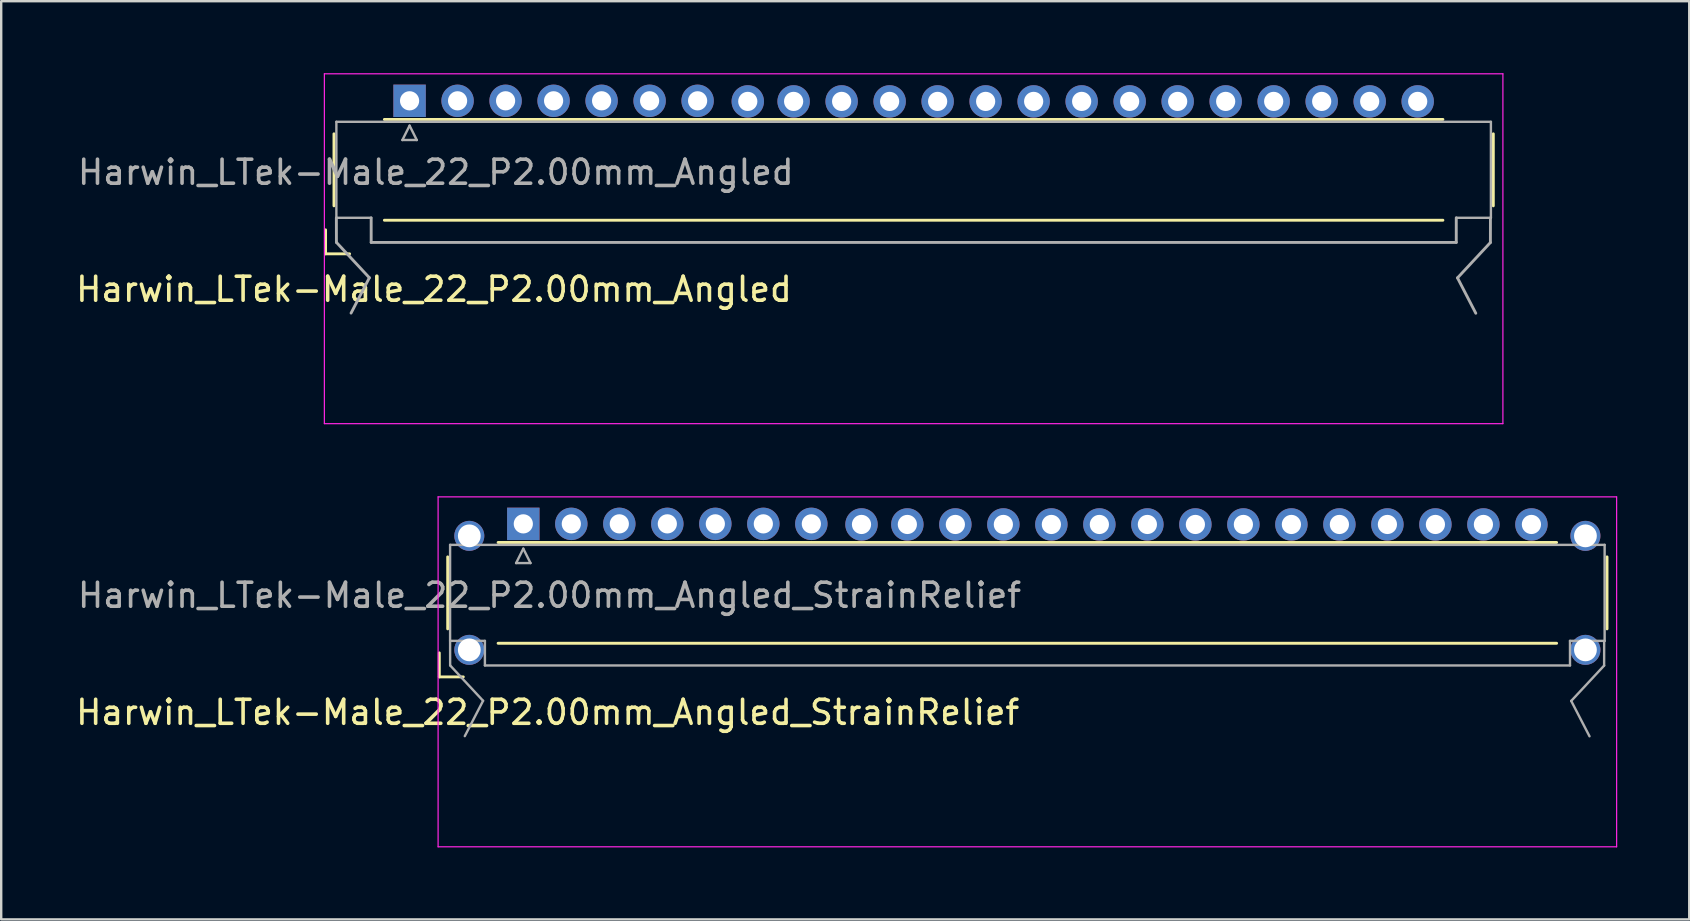
<source format=kicad_pcb>
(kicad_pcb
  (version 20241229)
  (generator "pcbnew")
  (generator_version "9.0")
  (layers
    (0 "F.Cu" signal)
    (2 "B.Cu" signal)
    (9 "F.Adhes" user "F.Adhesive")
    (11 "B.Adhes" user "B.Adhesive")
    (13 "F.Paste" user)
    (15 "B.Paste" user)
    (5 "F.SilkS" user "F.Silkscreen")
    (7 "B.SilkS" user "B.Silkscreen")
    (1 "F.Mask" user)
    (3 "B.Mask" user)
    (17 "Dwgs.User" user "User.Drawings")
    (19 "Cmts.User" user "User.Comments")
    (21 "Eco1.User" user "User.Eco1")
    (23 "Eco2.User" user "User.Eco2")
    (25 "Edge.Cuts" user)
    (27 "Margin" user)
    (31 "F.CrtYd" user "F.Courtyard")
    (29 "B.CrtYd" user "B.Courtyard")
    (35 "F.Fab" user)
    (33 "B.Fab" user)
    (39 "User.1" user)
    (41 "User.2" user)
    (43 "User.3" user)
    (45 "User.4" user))
  (footprint "Harwin_LTek-Male_22_P2.00mm_Angled_StrainRelief"
    (layer "F.Cu")
    (at 18.752 21.65)
    (property "Reference" "Harwin_LTek-Male_22_P2.00mm_Angled_StrainRelief" (at 1.016 4.978 180) (layer "F.SilkS") (effects (font (size 1 1) (thickness 0.15))))
    (attr through_hole)
    (fp_line (start -3.5 2.5) (end -3.5 3.5) (stroke (width 0.12) (type solid)) (layer "F.SilkS"))
    (fp_line (start -3.5 3.5) (end -2.5 3.5) (stroke (width 0.12) (type solid)) (layer "F.SilkS"))
    (fp_line (start -3.15 -1.5) (end -3.15 1.5) (stroke (width 0.12) (type solid)) (layer "F.SilkS"))
    (fp_line (start -1.05 -2.1) (end 43.05 -2.1) (stroke (width 0.12) (type solid)) (layer "F.SilkS"))
    (fp_line (start -1.05 2.1) (end 43.05 2.1) (stroke (width 0.12) (type solid)) (layer "F.SilkS"))
    (fp_line (start 45.15 -1.5) (end 45.15 1.5) (stroke (width 0.12) (type solid)) (layer "F.SilkS"))
    (fp_line (start -3.55 -4) (end -3.55 10.58) (stroke (width 0.05) (type solid)) (layer "F.CrtYd"))
    (fp_line (start -3.55 10.58) (end 45.55 10.58) (stroke (width 0.05) (type solid)) (layer "F.CrtYd"))
    (fp_line (start 45.55 -4) (end -3.55 -4) (stroke (width 0.05) (type solid)) (layer "F.CrtYd"))
    (fp_line (start 45.55 10.58) (end 45.55 -4) (stroke (width 0.05) (type solid)) (layer "F.CrtYd"))
    (fp_line (start -3.05 -2) (end -3.05 2) (stroke (width 0.1) (type solid)) (layer "F.Fab"))
    (fp_line (start -3.048 3.023) (end -3.05 2) (stroke (width 0.1) (type solid)) (layer "F.Fab"))
    (fp_line (start -3.043 2) (end -1.6 2) (stroke (width 0.1) (type solid)) (layer "F.Fab"))
    (fp_line (start -1.676 4.496) (end -3.048 3.023) (stroke (width 0.1) (type solid)) (layer "F.Fab"))
    (fp_line (start -1.676 4.496) (end -2.438 5.969) (stroke (width 0.1) (type solid)) (layer "F.Fab"))
    (fp_line (start -1.6 2) (end -1.6 3.023) (stroke (width 0.1) (type solid)) (layer "F.Fab"))
    (fp_line (start -1.6 3.025) (end 43.607 3.025) (stroke (width 0.1) (type solid)) (layer "F.Fab"))
    (fp_line (start -0.3 -1.241) (end 0.3 -1.241) (stroke (width 0.1) (type solid)) (layer "F.Fab"))
    (fp_line (start 0 -1.841) (end -0.3 -1.241) (stroke (width 0.1) (type solid)) (layer "F.Fab"))
    (fp_line (start 0.3 -1.241) (end 0 -1.841) (stroke (width 0.1) (type solid)) (layer "F.Fab"))
    (fp_line (start 43.607 2) (end 45.05 2) (stroke (width 0.1) (type solid)) (layer "F.Fab"))
    (fp_line (start 43.607 3.023) (end 43.607 2) (stroke (width 0.1) (type solid)) (layer "F.Fab"))
    (fp_line (start 43.658 4.502) (end 44.42 5.975) (stroke (width 0.1) (type solid)) (layer "F.Fab"))
    (fp_line (start 43.658 4.502) (end 45.029 3.029) (stroke (width 0.1) (type solid)) (layer "F.Fab"))
    (fp_line (start 45.029 3.029) (end 45.031 2.006) (stroke (width 0.1) (type solid)) (layer "F.Fab"))
    (fp_line (start 45.05 -2) (end -3.05 -2) (stroke (width 0.1) (type solid)) (layer "F.Fab"))
    (fp_line (start 45.05 2) (end 45.05 -2) (stroke (width 0.1) (type solid)) (layer "F.Fab"))
    (fp_text user "${REFERENCE}" (at 1.092 0.102 0) (layer "F.Fab") (effects (font (size 1 1) (thickness 0.15))))
    (pad "" thru_hole circle (at -2.25 -2.375) (size 1.25 1.25) (drill 0.95) (layers "*.Cu" "*.Mask"))
    (pad "" thru_hole circle (at -2.25 2.375) (size 1.25 1.25) (drill 0.95) (layers "*.Cu" "*.Mask"))
    (pad "" thru_hole circle (at 44.25 -2.375) (size 1.25 1.25) (drill 0.95) (layers "*.Cu" "*.Mask"))
    (pad "" thru_hole circle (at 44.25 2.375) (size 1.25 1.25) (drill 0.95) (layers "*.Cu" "*.Mask"))
    (pad "1" thru_hole rect (at 0 -2.875) (size 1.35 1.35) (drill 0.8) (layers "*.Cu" "*.Mask"))
    (pad "2" thru_hole circle (at 2 -2.875) (size 1.35 1.35) (drill 0.8) (layers "*.Cu" "*.Mask"))
    (pad "3" thru_hole circle (at 4 -2.875) (size 1.35 1.35) (drill 0.8) (layers "*.Cu" "*.Mask"))
    (pad "4" thru_hole circle (at 6 -2.875) (size 1.35 1.35) (drill 0.8) (layers "*.Cu" "*.Mask"))
    (pad "5" thru_hole circle (at 8 -2.875) (size 1.35 1.35) (drill 0.8) (layers "*.Cu" "*.Mask"))
    (pad "6" thru_hole circle (at 10 -2.875) (size 1.35 1.35) (drill 0.8) (layers "*.Cu" "*.Mask"))
    (pad "7" thru_hole circle (at 12 -2.875) (size 1.35 1.35) (drill 0.8) (layers "*.Cu" "*.Mask"))
    (pad "8" thru_hole circle (at 14.09 -2.85) (size 1.35 1.35) (drill 0.8) (layers "*.Cu" "*.Mask"))
    (pad "9" thru_hole circle (at 16 -2.85) (size 1.35 1.35) (drill 0.8) (layers "*.Cu" "*.Mask"))
    (pad "10" thru_hole circle (at 18 -2.85) (size 1.35 1.35) (drill 0.8) (layers "*.Cu" "*.Mask"))
    (pad "11" thru_hole circle (at 20 -2.85) (size 1.35 1.35) (drill 0.8) (layers "*.Cu" "*.Mask"))
    (pad "12" thru_hole circle (at 22 -2.85) (size 1.35 1.35) (drill 0.8) (layers "*.Cu" "*.Mask"))
    (pad "13" thru_hole circle (at 24 -2.85) (size 1.35 1.35) (drill 0.8) (layers "*.Cu" "*.Mask"))
    (pad "14" thru_hole circle (at 26 -2.85) (size 1.35 1.35) (drill 0.8) (layers "*.Cu" "*.Mask"))
    (pad "15" thru_hole circle (at 28 -2.85) (size 1.35 1.35) (drill 0.8) (layers "*.Cu" "*.Mask"))
    (pad "16" thru_hole circle (at 30 -2.85) (size 1.35 1.35) (drill 0.8) (layers "*.Cu" "*.Mask"))
    (pad "17" thru_hole circle (at 32 -2.85) (size 1.35 1.35) (drill 0.8) (layers "*.Cu" "*.Mask"))
    (pad "18" thru_hole circle (at 34 -2.85) (size 1.35 1.35) (drill 0.8) (layers "*.Cu" "*.Mask"))
    (pad "19" thru_hole circle (at 36 -2.85) (size 1.35 1.35) (drill 0.8) (layers "*.Cu" "*.Mask"))
    (pad "20" thru_hole circle (at 38 -2.85) (size 1.35 1.35) (drill 0.8) (layers "*.Cu" "*.Mask"))
    (pad "21" thru_hole circle (at 40 -2.85) (size 1.35 1.35) (drill 0.8) (layers "*.Cu" "*.Mask"))
    (pad "22" thru_hole circle (at 42 -2.85) (size 1.35 1.35) (drill 0.8) (layers "*.Cu" "*.Mask")))
  (footprint "Harwin_LTek-Male_22_P2.00mm_Angled"
    (layer "F.Cu")
    (at 14.014 4.025)
    (property "Reference" "Harwin_LTek-Male_22_P2.00mm_Angled" (at 1.016 4.978 180) (layer "F.SilkS") (effects (font (size 1 1) (thickness 0.15))))
    (attr through_hole)
    (fp_line (start -3.5 2.5) (end -3.5 3.5) (stroke (width 0.12) (type solid)) (layer "F.SilkS"))
    (fp_line (start -3.5 3.5) (end -2.5 3.5) (stroke (width 0.12) (type solid)) (layer "F.SilkS"))
    (fp_line (start -3.15 -1.5) (end -3.15 1.5) (stroke (width 0.12) (type solid)) (layer "F.SilkS"))
    (fp_line (start -1.05 -2.1) (end 43.05 -2.1) (stroke (width 0.12) (type solid)) (layer "F.SilkS"))
    (fp_line (start -1.05 2.1) (end 43.05 2.1) (stroke (width 0.12) (type solid)) (layer "F.SilkS"))
    (fp_line (start 45.15 -1.5) (end 45.15 1.5) (stroke (width 0.12) (type solid)) (layer "F.SilkS"))
    (fp_line (start -3.55 -4) (end -3.55 10.575) (stroke (width 0.05) (type solid)) (layer "F.CrtYd"))
    (fp_line (start -3.55 10.575) (end 45.55 10.575) (stroke (width 0.05) (type solid)) (layer "F.CrtYd"))
    (fp_line (start 45.55 -4) (end -3.55 -4) (stroke (width 0.05) (type solid)) (layer "F.CrtYd"))
    (fp_line (start 45.55 10.575) (end 45.55 -4) (stroke (width 0.05) (type solid)) (layer "F.CrtYd"))
    (fp_line (start -3.05 -2) (end -3.05 2) (stroke (width 0.1) (type solid)) (layer "F.Fab"))
    (fp_line (start -3.048 3.023) (end -3.05 2) (stroke (width 0.12) (type solid)) (layer "F.Fab"))
    (fp_line (start -3.043 2) (end -1.6 2) (stroke (width 0.1) (type solid)) (layer "F.Fab"))
    (fp_line (start -1.676 4.496) (end -3.048 3.023) (stroke (width 0.12) (type solid)) (layer "F.Fab"))
    (fp_line (start -1.676 4.496) (end -2.438 5.969) (stroke (width 0.12) (type solid)) (layer "F.Fab"))
    (fp_line (start -1.6 2) (end -1.6 3.023) (stroke (width 0.12) (type solid)) (layer "F.Fab"))
    (fp_line (start -1.6 3.025) (end 43.607 3.025) (stroke (width 0.12) (type solid)) (layer "F.Fab"))
    (fp_line (start -0.3 -1.241) (end 0.3 -1.241) (stroke (width 0.1) (type solid)) (layer "F.Fab"))
    (fp_line (start 0 -1.841) (end -0.3 -1.241) (stroke (width 0.1) (type solid)) (layer "F.Fab"))
    (fp_line (start 0.3 -1.241) (end 0 -1.841) (stroke (width 0.1) (type solid)) (layer "F.Fab"))
    (fp_line (start 43.607 2) (end 45.05 2) (stroke (width 0.1) (type solid)) (layer "F.Fab"))
    (fp_line (start 43.607 3.023) (end 43.607 2) (stroke (width 0.12) (type solid)) (layer "F.Fab"))
    (fp_line (start 43.658 4.502) (end 44.42 5.975) (stroke (width 0.12) (type solid)) (layer "F.Fab"))
    (fp_line (start 43.658 4.502) (end 45.029 3.029) (stroke (width 0.12) (type solid)) (layer "F.Fab"))
    (fp_line (start 45.029 3.029) (end 45.031 2.006) (stroke (width 0.12) (type solid)) (layer "F.Fab"))
    (fp_line (start 45.05 -2) (end -3.05 -2) (stroke (width 0.1) (type solid)) (layer "F.Fab"))
    (fp_line (start 45.05 2) (end 45.05 -2) (stroke (width 0.1) (type solid)) (layer "F.Fab"))
    (fp_text user "${REFERENCE}" (at 1.092 0.102 0) (layer "F.Fab") (effects (font (size 1 1) (thickness 0.15))))
    (pad "1" thru_hole rect (at 0 -2.875) (size 1.35 1.35) (drill 0.8) (layers "*.Cu" "*.Mask"))
    (pad "2" thru_hole circle (at 2 -2.875) (size 1.35 1.35) (drill 0.8) (layers "*.Cu" "*.Mask"))
    (pad "3" thru_hole circle (at 4 -2.875) (size 1.35 1.35) (drill 0.8) (layers "*.Cu" "*.Mask"))
    (pad "4" thru_hole circle (at 6 -2.875) (size 1.35 1.35) (drill 0.8) (layers "*.Cu" "*.Mask"))
    (pad "5" thru_hole circle (at 8 -2.875) (size 1.35 1.35) (drill 0.8) (layers "*.Cu" "*.Mask"))
    (pad "6" thru_hole circle (at 10 -2.875) (size 1.35 1.35) (drill 0.8) (layers "*.Cu" "*.Mask"))
    (pad "7" thru_hole circle (at 12 -2.875) (size 1.35 1.35) (drill 0.8) (layers "*.Cu" "*.Mask"))
    (pad "8" thru_hole circle (at 14.09 -2.85) (size 1.35 1.35) (drill 0.8) (layers "*.Cu" "*.Mask"))
    (pad "9" thru_hole circle (at 16 -2.85) (size 1.35 1.35) (drill 0.8) (layers "*.Cu" "*.Mask"))
    (pad "10" thru_hole circle (at 18 -2.85) (size 1.35 1.35) (drill 0.8) (layers "*.Cu" "*.Mask"))
    (pad "11" thru_hole circle (at 20 -2.85) (size 1.35 1.35) (drill 0.8) (layers "*.Cu" "*.Mask"))
    (pad "12" thru_hole circle (at 22 -2.85) (size 1.35 1.35) (drill 0.8) (layers "*.Cu" "*.Mask"))
    (pad "13" thru_hole circle (at 24 -2.85) (size 1.35 1.35) (drill 0.8) (layers "*.Cu" "*.Mask"))
    (pad "14" thru_hole circle (at 26 -2.85) (size 1.35 1.35) (drill 0.8) (layers "*.Cu" "*.Mask"))
    (pad "15" thru_hole circle (at 28 -2.85) (size 1.35 1.35) (drill 0.8) (layers "*.Cu" "*.Mask"))
    (pad "16" thru_hole circle (at 30 -2.85) (size 1.35 1.35) (drill 0.8) (layers "*.Cu" "*.Mask"))
    (pad "17" thru_hole circle (at 32 -2.85) (size 1.35 1.35) (drill 0.8) (layers "*.Cu" "*.Mask"))
    (pad "18" thru_hole circle (at 34 -2.85) (size 1.35 1.35) (drill 0.8) (layers "*.Cu" "*.Mask"))
    (pad "19" thru_hole circle (at 36 -2.85) (size 1.35 1.35) (drill 0.8) (layers "*.Cu" "*.Mask"))
    (pad "20" thru_hole circle (at 38 -2.85) (size 1.35 1.35) (drill 0.8) (layers "*.Cu" "*.Mask"))
    (pad "21" thru_hole circle (at 40 -2.85) (size 1.35 1.35) (drill 0.8) (layers "*.Cu" "*.Mask"))
    (pad "22" thru_hole circle (at 42 -2.85) (size 1.35 1.35) (drill 0.8) (layers "*.Cu" "*.Mask")))
  (gr_rect
    (start -3 -3)
    (end 67.327 35.255)
    (stroke (width 0.1) (type default))
    (fill no)
    (layer "Edge.Cuts")))
</source>
